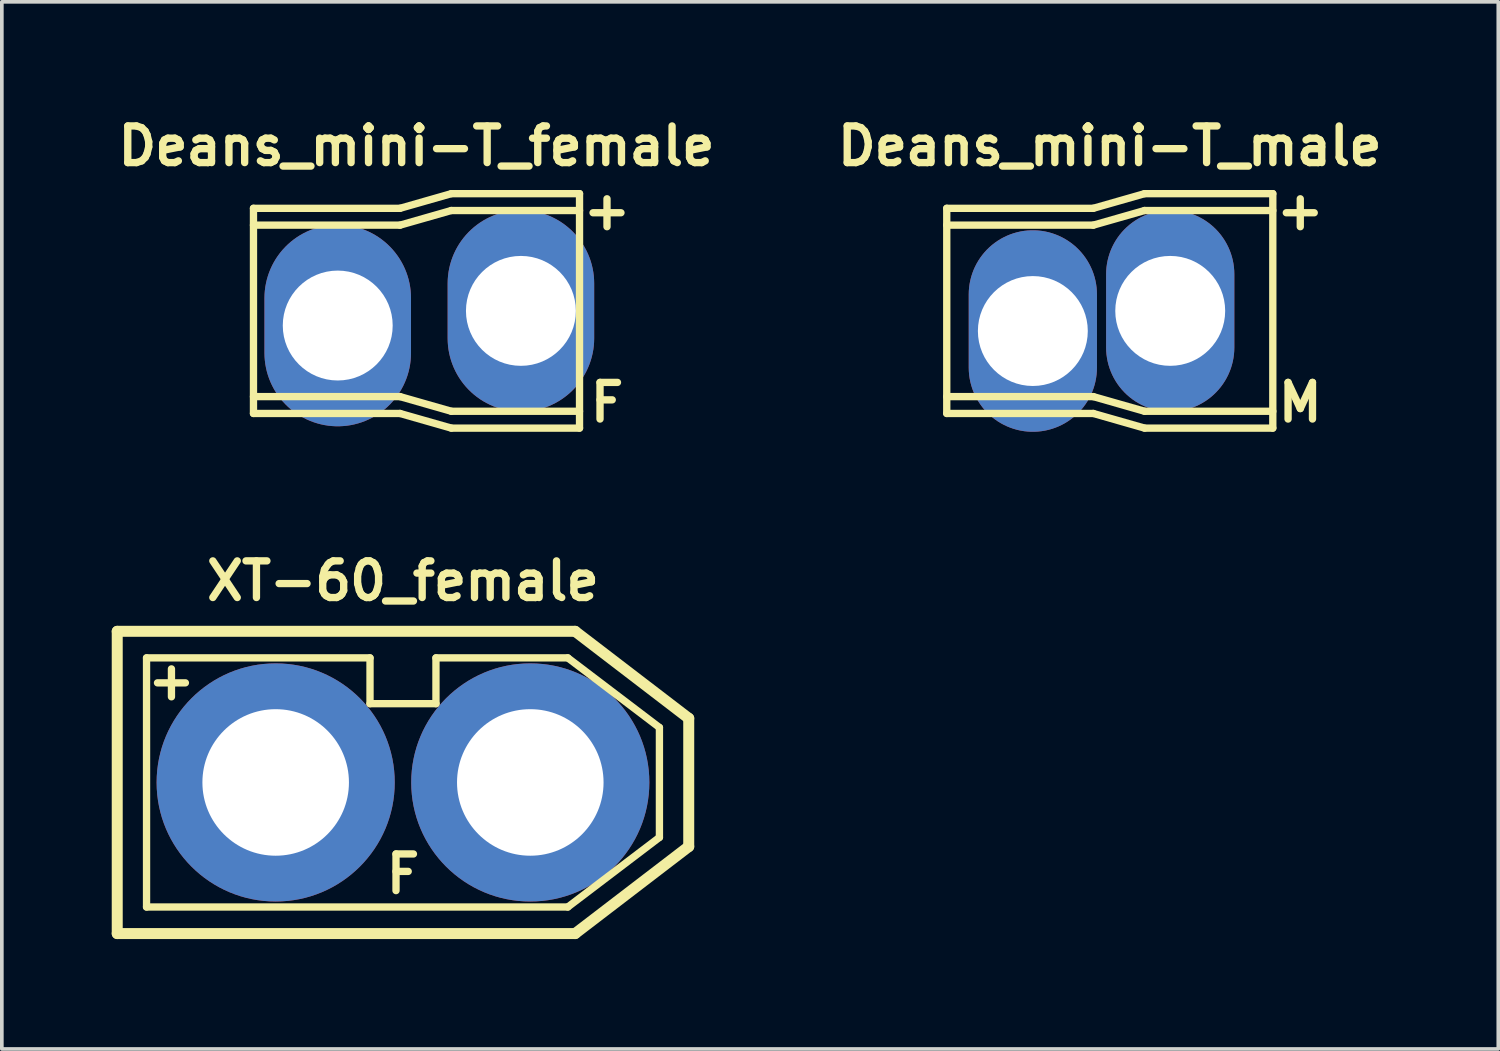
<source format=kicad_pcb>
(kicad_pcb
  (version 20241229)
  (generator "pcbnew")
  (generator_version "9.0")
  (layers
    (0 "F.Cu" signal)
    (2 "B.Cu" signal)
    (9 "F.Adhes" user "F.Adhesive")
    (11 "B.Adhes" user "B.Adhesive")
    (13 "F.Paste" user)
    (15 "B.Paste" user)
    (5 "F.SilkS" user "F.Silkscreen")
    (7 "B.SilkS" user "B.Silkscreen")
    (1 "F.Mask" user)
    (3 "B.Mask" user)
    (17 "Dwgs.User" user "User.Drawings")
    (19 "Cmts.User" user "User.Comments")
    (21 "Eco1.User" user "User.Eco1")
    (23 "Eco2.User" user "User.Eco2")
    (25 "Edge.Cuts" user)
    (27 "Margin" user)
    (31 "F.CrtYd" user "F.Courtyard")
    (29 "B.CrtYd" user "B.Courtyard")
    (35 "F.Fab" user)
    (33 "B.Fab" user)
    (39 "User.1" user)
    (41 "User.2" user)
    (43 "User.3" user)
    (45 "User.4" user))
  (footprint "Deans_mini-T_male"
    (layer "F.Cu")
    (at 27.243 5.436)
    (property "Reference" "Deans_mini-T_male" (at 0 -4.5 0) (layer "F.SilkS") (effects (font (size 1 1) (thickness 0.2))))
    (attr through_hole)
    (fp_line (start -4.45 -2.8) (end -4.45 2.8) (stroke (width 0.2) (type solid)) (layer "F.SilkS"))
    (fp_line (start -4.45 -2.8) (end -0.45 -2.8) (stroke (width 0.2) (type solid)) (layer "F.SilkS"))
    (fp_line (start -4.45 -2.34) (end -0.45 -2.34) (stroke (width 0.2) (type solid)) (layer "F.SilkS"))
    (fp_line (start -4.45 2.34) (end -0.45 2.34) (stroke (width 0.2) (type solid)) (layer "F.SilkS"))
    (fp_line (start -4.45 2.8) (end -0.45 2.8) (stroke (width 0.2) (type solid)) (layer "F.SilkS"))
    (fp_line (start -0.45 -2.34) (end 0.95 -2.74) (stroke (width 0.2) (type solid)) (layer "F.SilkS"))
    (fp_line (start -0.45 2.34) (end 0.95 2.74) (stroke (width 0.2) (type solid)) (layer "F.SilkS"))
    (fp_line (start 0.95 -3.2) (end -0.45 -2.8) (stroke (width 0.2) (type solid)) (layer "F.SilkS"))
    (fp_line (start 0.95 3.2) (end -0.45 2.8) (stroke (width 0.2) (type solid)) (layer "F.SilkS"))
    (fp_line (start 4.45 -3.2) (end 0.95 -3.2) (stroke (width 0.2) (type solid)) (layer "F.SilkS"))
    (fp_line (start 4.45 -3.2) (end 4.45 3.2) (stroke (width 0.2) (type solid)) (layer "F.SilkS"))
    (fp_line (start 4.45 -2.74) (end 0.95 -2.74) (stroke (width 0.2) (type solid)) (layer "F.SilkS"))
    (fp_line (start 4.45 2.74) (end 0.95 2.74) (stroke (width 0.2) (type solid)) (layer "F.SilkS"))
    (fp_line (start 4.45 3.2) (end 0.95 3.2) (stroke (width 0.2) (type solid)) (layer "F.SilkS"))
    (fp_line (start -3.367 0.032) (end -3.367 1.032) (stroke (width 0.2) (type solid)) (layer "Dwgs.User"))
    (fp_line (start -3.367 1.032) (end -0.867 1.032) (stroke (width 0.2) (type solid)) (layer "Dwgs.User"))
    (fp_line (start -0.867 0.032) (end -3.367 0.032) (stroke (width 0.2) (type solid)) (layer "Dwgs.User"))
    (fp_line (start -0.867 1.032) (end -0.867 0.032) (stroke (width 0.2) (type solid)) (layer "Dwgs.User"))
    (fp_line (start 1.15 -1.248) (end 1.15 1.252) (stroke (width 0.2) (type solid)) (layer "Dwgs.User"))
    (fp_line (start 1.15 1.252) (end 2.15 1.252) (stroke (width 0.2) (type solid)) (layer "Dwgs.User"))
    (fp_line (start 2.15 -1.248) (end 1.15 -1.248) (stroke (width 0.2) (type solid)) (layer "Dwgs.User"))
    (fp_line (start 2.15 1.252) (end 2.15 -1.248) (stroke (width 0.2) (type solid)) (layer "Dwgs.User"))
    (fp_text user "+" (at 5.2 -2.75 0) (layer "F.SilkS") (effects (font (size 1 1) (thickness 0.2))))
    (fp_text user "M" (at 5.2 2.5 0) (layer "F.SilkS") (effects (font (size 1 1) (thickness 0.2))))
    (pad "1" thru_hole oval (at -2.1 0.55) (size 3.5 5.5) (drill 3) (layers "*.Cu" "*.Mask"))
    (pad "2" thru_hole oval (at 1.65 0) (size 3.5 5.5) (drill 3) (layers "*.Cu" "*.Mask")))
  (footprint "XT-60_female"
    (layer "F.Cu")
    (at 7.95 18.308)
    (property "Reference" "XT-60_female" (at 0 -5.5 0) (layer "F.SilkS") (effects (font (size 1 1) (thickness 0.2))))
    (attr through_hole)
    (fp_line (start -7.8 -4.125) (end -7.8 4.125) (stroke (width 0.3) (type solid)) (layer "F.SilkS"))
    (fp_line (start -7.8 -4.125) (end 4.7 -4.125) (stroke (width 0.3) (type solid)) (layer "F.SilkS"))
    (fp_line (start -7.8 4.125) (end 4.7 4.125) (stroke (width 0.3) (type solid)) (layer "F.SilkS"))
    (fp_line (start -7 -3.4) (end -7 3.4) (stroke (width 0.2) (type solid)) (layer "F.SilkS"))
    (fp_line (start -7 -3.4) (end -0.9 -3.4) (stroke (width 0.2) (type solid)) (layer "F.SilkS"))
    (fp_line (start -7 3.4) (end 4.5 3.4) (stroke (width 0.2) (type solid)) (layer "F.SilkS"))
    (fp_line (start -0.9 -3.4) (end -0.9 -2.15) (stroke (width 0.2) (type solid)) (layer "F.SilkS"))
    (fp_line (start -0.9 -2.15) (end 0.9 -2.15) (stroke (width 0.2) (type solid)) (layer "F.SilkS"))
    (fp_line (start 0.9 -3.4) (end 4.5 -3.4) (stroke (width 0.2) (type solid)) (layer "F.SilkS"))
    (fp_line (start 0.9 -2.15) (end 0.9 -3.4) (stroke (width 0.2) (type solid)) (layer "F.SilkS"))
    (fp_line (start 4.5 -3.4) (end 7 -1.5) (stroke (width 0.2) (type solid)) (layer "F.SilkS"))
    (fp_line (start 4.5 3.4) (end 7 1.5) (stroke (width 0.2) (type solid)) (layer "F.SilkS"))
    (fp_line (start 4.7 -4.125) (end 7.8 -1.75) (stroke (width 0.3) (type solid)) (layer "F.SilkS"))
    (fp_line (start 4.7 4.125) (end 7.8 1.75) (stroke (width 0.3) (type solid)) (layer "F.SilkS"))
    (fp_line (start 7 -1.5) (end 7 1.5) (stroke (width 0.2) (type solid)) (layer "F.SilkS"))
    (fp_line (start 7.8 -1.75) (end 7.8 1.75) (stroke (width 0.3) (type solid)) (layer "F.SilkS"))
    (fp_text user "+" (at -6.32 -2.79 0) (layer "F.SilkS") (effects (font (size 1 1) (thickness 0.2))))
    (fp_text user "F" (at 0 2.5 0) (layer "F.SilkS") (effects (font (size 1 1) (thickness 0.2))))
    (pad "1" thru_hole circle (at 3.475 0) (size 6.5 6.5) (drill 4) (layers "*.Cu" "*.Mask"))
    (pad "2" thru_hole circle (at -3.475 0) (size 6.5 6.5) (drill 4) (layers "*.Cu" "*.Mask")))
  (footprint "Deans_mini-T_female"
    (layer "F.Cu")
    (at 8.319 5.436)
    (property "Reference" "Deans_mini-T_female" (at 0 -4.5 0) (layer "F.SilkS") (effects (font (size 1 1) (thickness 0.2))))
    (attr through_hole)
    (fp_line (start -4.45 -2.8) (end -4.45 2.8) (stroke (width 0.2) (type solid)) (layer "F.SilkS"))
    (fp_line (start -4.45 -2.8) (end -0.45 -2.8) (stroke (width 0.2) (type solid)) (layer "F.SilkS"))
    (fp_line (start -4.45 -2.34) (end -0.45 -2.34) (stroke (width 0.2) (type solid)) (layer "F.SilkS"))
    (fp_line (start -4.45 2.34) (end -0.45 2.34) (stroke (width 0.2) (type solid)) (layer "F.SilkS"))
    (fp_line (start -4.45 2.8) (end -0.45 2.8) (stroke (width 0.2) (type solid)) (layer "F.SilkS"))
    (fp_line (start -0.45 -2.34) (end 0.95 -2.74) (stroke (width 0.2) (type solid)) (layer "F.SilkS"))
    (fp_line (start -0.45 2.34) (end 0.95 2.74) (stroke (width 0.2) (type solid)) (layer "F.SilkS"))
    (fp_line (start 0.95 -3.2) (end -0.45 -2.8) (stroke (width 0.2) (type solid)) (layer "F.SilkS"))
    (fp_line (start 0.95 3.2) (end -0.45 2.8) (stroke (width 0.2) (type solid)) (layer "F.SilkS"))
    (fp_line (start 4.45 -3.2) (end 0.95 -3.2) (stroke (width 0.2) (type solid)) (layer "F.SilkS"))
    (fp_line (start 4.45 -3.2) (end 4.45 3.2) (stroke (width 0.2) (type solid)) (layer "F.SilkS"))
    (fp_line (start 4.45 -2.74) (end 0.95 -2.74) (stroke (width 0.2) (type solid)) (layer "F.SilkS"))
    (fp_line (start 4.45 2.74) (end 0.95 2.74) (stroke (width 0.2) (type solid)) (layer "F.SilkS"))
    (fp_line (start 4.45 3.2) (end 0.95 3.2) (stroke (width 0.2) (type solid)) (layer "F.SilkS"))
    (fp_line (start -3.331 -0.095) (end -3.331 0.905) (stroke (width 0.2) (type solid)) (layer "Dwgs.User"))
    (fp_line (start -3.331 0.905) (end -0.931 0.905) (stroke (width 0.2) (type solid)) (layer "Dwgs.User"))
    (fp_line (start -0.931 -0.095) (end -3.321 -0.095) (stroke (width 0.2) (type solid)) (layer "Dwgs.User"))
    (fp_line (start -0.931 0.905) (end -0.931 -0.095) (stroke (width 0.2) (type solid)) (layer "Dwgs.User"))
    (fp_line (start 2.359 -1.195) (end 2.359 1.205) (stroke (width 0.2) (type solid)) (layer "Dwgs.User"))
    (fp_line (start 2.359 1.205) (end 3.359 1.205) (stroke (width 0.2) (type solid)) (layer "Dwgs.User"))
    (fp_line (start 3.359 -1.195) (end 2.359 -1.195) (stroke (width 0.2) (type solid)) (layer "Dwgs.User"))
    (fp_line (start 3.359 1.205) (end 3.359 -1.185) (stroke (width 0.2) (type solid)) (layer "Dwgs.User"))
    (fp_text user "+" (at 5.2 -2.75 0) (layer "F.SilkS") (effects (font (size 1 1) (thickness 0.2))))
    (fp_text user "F" (at 5.2 2.5 180) (layer "F.SilkS") (effects (font (size 1 1) (thickness 0.2))))
    (pad "1" thru_hole oval (at -2.15 0.4) (size 4 5.5) (drill 3) (layers "*.Cu" "*.Mask"))
    (pad "2" thru_hole oval (at 2.85 0) (size 4 5.5) (drill 3) (layers "*.Cu" "*.Mask")))
  (gr_rect
    (start -3 -3)
    (end 37.848 25.583)
    (stroke (width 0.1) (type default))
    (fill no)
    (layer "Edge.Cuts")))
</source>
